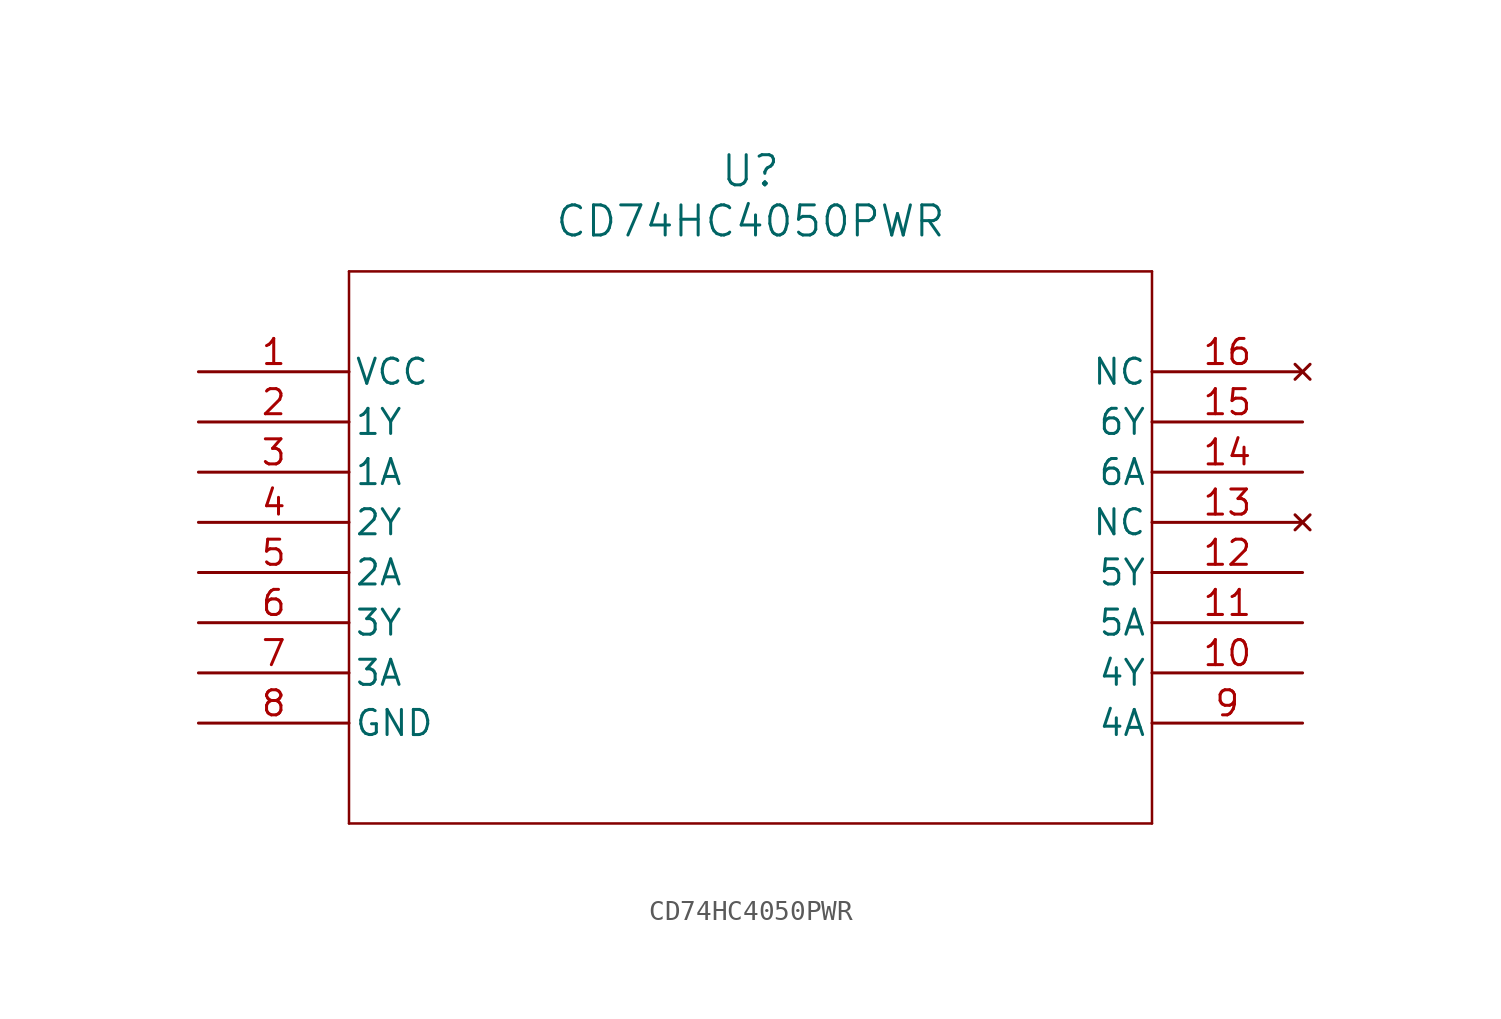
<source format=kicad_sym>
(kicad_symbol_lib
  (version 20211014)
  (generator kicad_symbol_editor)
  (symbol "CD74HC4050PWR"
    (pin_names
      (offset 0.254))
    (property "Reference" "U"
      (at 27.94 10.16 0)
      (effects (font (size 1.524 1.524))))
    (property "Value" "CD74HC4050PWR"
      (at 27.94 7.62 0)
      (effects (font (size 1.524 1.524))))
    (polyline
      (pts (xy 7.62 5.08) (xy 7.62 -22.86))
      (stroke (width 0.127) (type default) (color 0 0 0 0))
      (fill (type none)))
    (polyline
      (pts (xy 7.62 -22.86) (xy 48.26 -22.86))
      (stroke (width 0.127) (type default) (color 0 0 0 0))
      (fill (type none)))
    (polyline
      (pts (xy 48.26 -22.86) (xy 48.26 5.08))
      (stroke (width 0.127) (type default) (color 0 0 0 0))
      (fill (type none)))
    (polyline
      (pts (xy 48.26 5.08) (xy 7.62 5.08))
      (stroke (width 0.127) (type default) (color 0 0 0 0))
      (fill (type none)))
    (pin power_in line
      (at 0 0 0)
      (length 7.62)
      (name "VCC" (effects (font (size 1.27 1.27))))
      (number "1" (effects (font (size 1.27 1.27)))))
    (pin output line
      (at 0 -2.54 0)
      (length 7.62)
      (name "1Y" (effects (font (size 1.27 1.27))))
      (number "2" (effects (font (size 1.27 1.27)))))
    (pin input line
      (at 0 -5.08 0)
      (length 7.62)
      (name "1A" (effects (font (size 1.27 1.27))))
      (number "3" (effects (font (size 1.27 1.27)))))
    (pin output line
      (at 0 -7.62 0)
      (length 7.62)
      (name "2Y" (effects (font (size 1.27 1.27))))
      (number "4" (effects (font (size 1.27 1.27)))))
    (pin input line
      (at 0 -10.16 0)
      (length 7.62)
      (name "2A" (effects (font (size 1.27 1.27))))
      (number "5" (effects (font (size 1.27 1.27)))))
    (pin output line
      (at 0 -12.7 0)
      (length 7.62)
      (name "3Y" (effects (font (size 1.27 1.27))))
      (number "6" (effects (font (size 1.27 1.27)))))
    (pin input line
      (at 0 -15.24 0)
      (length 7.62)
      (name "3A" (effects (font (size 1.27 1.27))))
      (number "7" (effects (font (size 1.27 1.27)))))
    (pin power_in line
      (at 0 -17.78 0)
      (length 7.62)
      (name "GND" (effects (font (size 1.27 1.27))))
      (number "8" (effects (font (size 1.27 1.27)))))
    (pin input line
      (at 55.88 -17.78 180)
      (length 7.62)
      (name "4A" (effects (font (size 1.27 1.27))))
      (number "9" (effects (font (size 1.27 1.27)))))
    (pin output line
      (at 55.88 -15.24 180)
      (length 7.62)
      (name "4Y" (effects (font (size 1.27 1.27))))
      (number "10" (effects (font (size 1.27 1.27)))))
    (pin input line
      (at 55.88 -12.7 180)
      (length 7.62)
      (name "5A" (effects (font (size 1.27 1.27))))
      (number "11" (effects (font (size 1.27 1.27)))))
    (pin output line
      (at 55.88 -10.16 180)
      (length 7.62)
      (name "5Y" (effects (font (size 1.27 1.27))))
      (number "12" (effects (font (size 1.27 1.27)))))
    (pin no_connect line
      (at 55.88 -7.62 180)
      (length 7.62)
      (name "NC" (effects (font (size 1.27 1.27))))
      (number "13" (effects (font (size 1.27 1.27)))))
    (pin input line
      (at 55.88 -5.08 180)
      (length 7.62)
      (name "6A" (effects (font (size 1.27 1.27))))
      (number "14" (effects (font (size 1.27 1.27)))))
    (pin output line
      (at 55.88 -2.54 180)
      (length 7.62)
      (name "6Y" (effects (font (size 1.27 1.27))))
      (number "15" (effects (font (size 1.27 1.27)))))
    (pin no_connect line
      (at 55.88 0 180)
      (length 7.62)
      (name "NC" (effects (font (size 1.27 1.27))))
      (number "16" (effects (font (size 1.27 1.27)))))))
</source>
